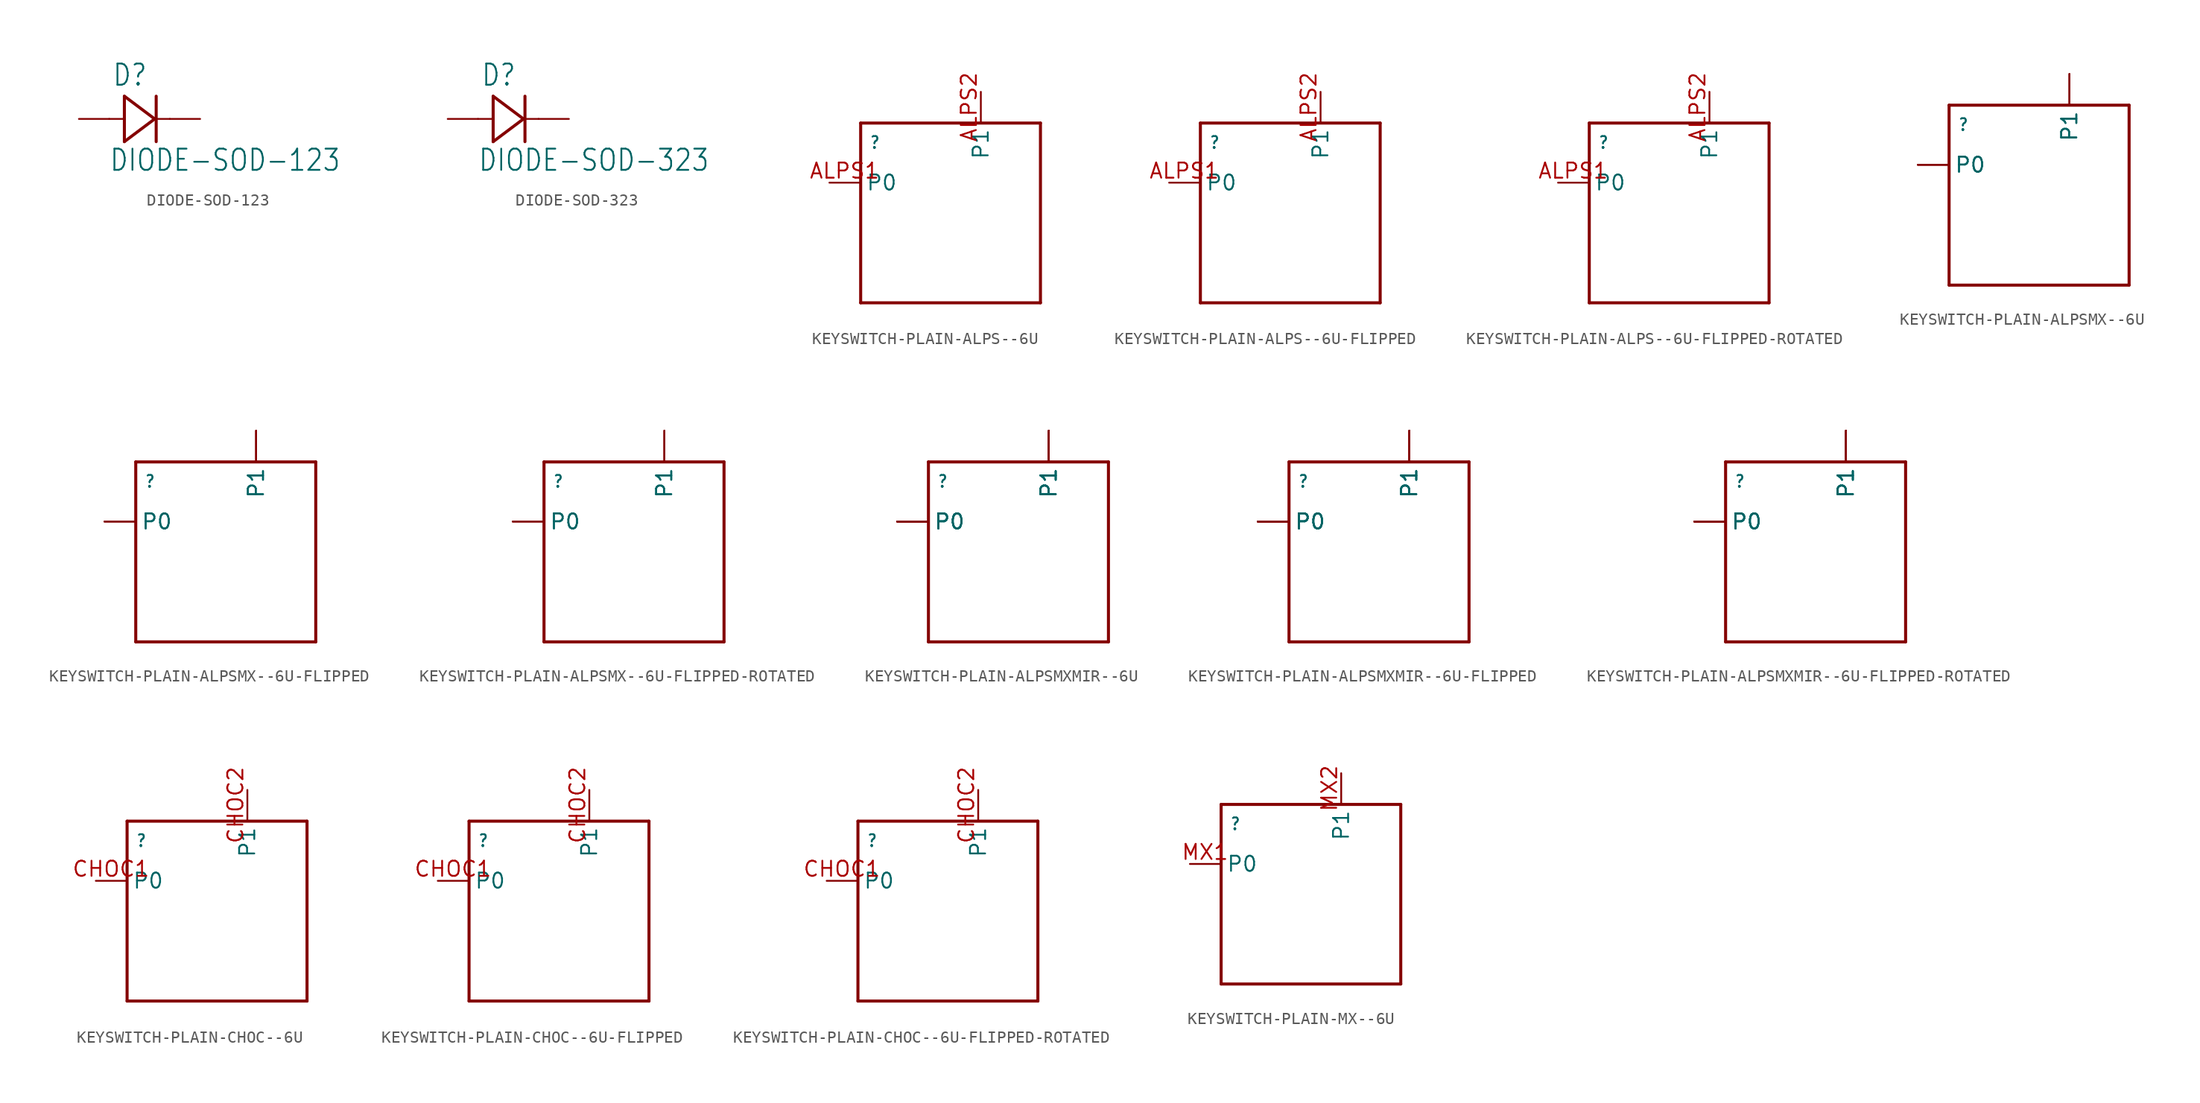
<source format=kicad_sym>
(kicad_symbol_lib
  (version 20211014)
  (generator kicad_symbol_editor)
  (symbol "DIODE-SOD-123"
    (property "Reference" "D"
      (at -2.311 2.642 0)
      (effects (font (size 1.778 1.511)) (justify left bottom)))
    (property "Value" "DIODE-SOD-123"
      (at -2.565 -4.496 0)
      (effects (font (size 1.778 1.511)) (justify left bottom)))
    (property "ki_locked" ""
      (at 0 0 0)
      (effects (font (size 1.27 1.27))))
    (symbol "DIODE-SOD-123_1_0"
      (polyline (pts (xy -2.54 0) (xy -1.27 0)) (stroke (width 0.152) (type default) (color 0 0 0 0)) (fill (type none)))
      (polyline (pts (xy -1.27 -1.905) (xy 1.27 0)) (stroke (width 0.254) (type default) (color 0 0 0 0)) (fill (type none)))
      (polyline (pts (xy -1.27 0) (xy -1.27 -1.905)) (stroke (width 0.254) (type default) (color 0 0 0 0)) (fill (type none)))
      (polyline (pts (xy -1.27 1.905) (xy -1.27 0)) (stroke (width 0.254) (type default) (color 0 0 0 0)) (fill (type none)))
      (polyline (pts (xy 1.27 0) (xy -1.27 1.905)) (stroke (width 0.254) (type default) (color 0 0 0 0)) (fill (type none)))
      (polyline (pts (xy 1.27 0) (xy 2.54 0)) (stroke (width 0.152) (type default) (color 0 0 0 0)) (fill (type none)))
      (polyline (pts (xy 1.397 1.905) (xy 1.397 -1.905)) (stroke (width 0.254) (type default) (color 0 0 0 0)) (fill (type none)))
      (pin passive line (at -5.08 0 0) (length 2.54) (name "A" (effects (font (size 0 0)))) (number "A" (effects (font (size 0 0)))))
      (pin passive line (at 5.08 0 180) (length 2.54) (name "C" (effects (font (size 0 0)))) (number "C" (effects (font (size 0 0)))))))
  (symbol "DIODE-SOD-323"
    (property "Reference" "D"
      (at -2.311 2.642 0)
      (effects (font (size 1.778 1.511)) (justify left bottom)))
    (property "Value" "DIODE-SOD-323"
      (at -2.565 -4.496 0)
      (effects (font (size 1.778 1.511)) (justify left bottom)))
    (property "ki_locked" ""
      (at 0 0 0)
      (effects (font (size 1.27 1.27))))
    (symbol "DIODE-SOD-323_1_0"
      (polyline (pts (xy -2.54 0) (xy -1.27 0)) (stroke (width 0.152) (type default) (color 0 0 0 0)) (fill (type none)))
      (polyline (pts (xy -1.27 -1.905) (xy 1.27 0)) (stroke (width 0.254) (type default) (color 0 0 0 0)) (fill (type none)))
      (polyline (pts (xy -1.27 0) (xy -1.27 -1.905)) (stroke (width 0.254) (type default) (color 0 0 0 0)) (fill (type none)))
      (polyline (pts (xy -1.27 1.905) (xy -1.27 0)) (stroke (width 0.254) (type default) (color 0 0 0 0)) (fill (type none)))
      (polyline (pts (xy 1.27 0) (xy -1.27 1.905)) (stroke (width 0.254) (type default) (color 0 0 0 0)) (fill (type none)))
      (polyline (pts (xy 1.27 0) (xy 2.54 0)) (stroke (width 0.152) (type default) (color 0 0 0 0)) (fill (type none)))
      (polyline (pts (xy 1.397 1.905) (xy 1.397 -1.905)) (stroke (width 0.254) (type default) (color 0 0 0 0)) (fill (type none)))
      (pin passive line (at -5.08 0 0) (length 2.54) (name "A" (effects (font (size 0 0)))) (number "A" (effects (font (size 0 0)))))
      (pin passive line (at 5.08 0 180) (length 2.54) (name "C" (effects (font (size 0 0)))) (number "C" (effects (font (size 0 0)))))))
  (symbol "KEYSWITCH-PLAIN-ALPS--6U"
    (property "Reference" ""
      (at -6.81 5.318 0)
      (effects (font (size 1 0.85)) (justify left bottom)))
    (property "ki_locked" ""
      (at 0 0 0)
      (effects (font (size 1.27 1.27))))
    (symbol "KEYSWITCH-PLAIN-ALPS--6U_1_0"
      (polyline (pts (xy -7.54 -7.54) (xy -7.54 7.54)) (stroke (width 0.254) (type default) (color 0 0 0 0)) (fill (type none)))
      (polyline (pts (xy -7.54 7.54) (xy 7.54 7.54)) (stroke (width 0.254) (type default) (color 0 0 0 0)) (fill (type none)))
      (polyline (pts (xy 7.54 -7.54) (xy -7.54 -7.54)) (stroke (width 0.254) (type default) (color 0 0 0 0)) (fill (type none)))
      (polyline (pts (xy 7.54 7.54) (xy 7.54 -7.54)) (stroke (width 0.254) (type default) (color 0 0 0 0)) (fill (type none)))
      (pin bidirectional line (at -10.16 2.54 0) (length 2.54) (name "P0" (effects (font (size 1.27 1.27)))) (number "ALPS1" (effects (font (size 1.27 1.27)))))
      (pin bidirectional line (at 2.54 10.16 270) (length 2.54) (name "P1" (effects (font (size 1.27 1.27)))) (number "ALPS2" (effects (font (size 1.27 1.27)))))))
  (symbol "KEYSWITCH-PLAIN-ALPS--6U-FLIPPED"
    (property "Reference" ""
      (at -6.81 5.318 0)
      (effects (font (size 1 0.85)) (justify left bottom)))
    (property "ki_locked" ""
      (at 0 0 0)
      (effects (font (size 1.27 1.27))))
    (symbol "KEYSWITCH-PLAIN-ALPS--6U-FLIPPED_1_0"
      (polyline (pts (xy -7.54 -7.54) (xy -7.54 7.54)) (stroke (width 0.254) (type default) (color 0 0 0 0)) (fill (type none)))
      (polyline (pts (xy -7.54 7.54) (xy 7.54 7.54)) (stroke (width 0.254) (type default) (color 0 0 0 0)) (fill (type none)))
      (polyline (pts (xy 7.54 -7.54) (xy -7.54 -7.54)) (stroke (width 0.254) (type default) (color 0 0 0 0)) (fill (type none)))
      (polyline (pts (xy 7.54 7.54) (xy 7.54 -7.54)) (stroke (width 0.254) (type default) (color 0 0 0 0)) (fill (type none)))
      (pin bidirectional line (at -10.16 2.54 0) (length 2.54) (name "P0" (effects (font (size 1.27 1.27)))) (number "ALPS1" (effects (font (size 1.27 1.27)))))
      (pin bidirectional line (at 2.54 10.16 270) (length 2.54) (name "P1" (effects (font (size 1.27 1.27)))) (number "ALPS2" (effects (font (size 1.27 1.27)))))))
  (symbol "KEYSWITCH-PLAIN-ALPS--6U-FLIPPED-ROTATED"
    (property "Reference" ""
      (at -6.81 5.318 0)
      (effects (font (size 1 0.85)) (justify left bottom)))
    (property "ki_locked" ""
      (at 0 0 0)
      (effects (font (size 1.27 1.27))))
    (symbol "KEYSWITCH-PLAIN-ALPS--6U-FLIPPED-ROTATED_1_0"
      (polyline (pts (xy -7.54 -7.54) (xy -7.54 7.54)) (stroke (width 0.254) (type default) (color 0 0 0 0)) (fill (type none)))
      (polyline (pts (xy -7.54 7.54) (xy 7.54 7.54)) (stroke (width 0.254) (type default) (color 0 0 0 0)) (fill (type none)))
      (polyline (pts (xy 7.54 -7.54) (xy -7.54 -7.54)) (stroke (width 0.254) (type default) (color 0 0 0 0)) (fill (type none)))
      (polyline (pts (xy 7.54 7.54) (xy 7.54 -7.54)) (stroke (width 0.254) (type default) (color 0 0 0 0)) (fill (type none)))
      (pin bidirectional line (at -10.16 2.54 0) (length 2.54) (name "P0" (effects (font (size 1.27 1.27)))) (number "ALPS1" (effects (font (size 1.27 1.27)))))
      (pin bidirectional line (at 2.54 10.16 270) (length 2.54) (name "P1" (effects (font (size 1.27 1.27)))) (number "ALPS2" (effects (font (size 1.27 1.27)))))))
  (symbol "KEYSWITCH-PLAIN-ALPSMX--6U"
    (property "Reference" ""
      (at -6.81 5.318 0)
      (effects (font (size 1 0.85)) (justify left bottom)))
    (property "ki_locked" ""
      (at 0 0 0)
      (effects (font (size 1.27 1.27))))
    (symbol "KEYSWITCH-PLAIN-ALPSMX--6U_1_0"
      (polyline (pts (xy -7.54 -7.54) (xy -7.54 7.54)) (stroke (width 0.254) (type default) (color 0 0 0 0)) (fill (type none)))
      (polyline (pts (xy -7.54 7.54) (xy 7.54 7.54)) (stroke (width 0.254) (type default) (color 0 0 0 0)) (fill (type none)))
      (polyline (pts (xy 7.54 -7.54) (xy -7.54 -7.54)) (stroke (width 0.254) (type default) (color 0 0 0 0)) (fill (type none)))
      (polyline (pts (xy 7.54 7.54) (xy 7.54 -7.54)) (stroke (width 0.254) (type default) (color 0 0 0 0)) (fill (type none)))
      (pin bidirectional line (at -10.16 2.54 0) (length 2.54) (name "P0" (effects (font (size 1.27 1.27)))) (number "ALPS1" (effects (font (size 0 0)))))
      (pin bidirectional line (at 2.54 10.16 270) (length 2.54) (name "P1" (effects (font (size 1.27 1.27)))) (number "ALPS2" (effects (font (size 0 0)))))
      (pin bidirectional line (at -10.16 2.54 0) (length 2.54) (name "P0" (effects (font (size 1.27 1.27)))) (number "MX1" (effects (font (size 0 0)))))
      (pin bidirectional line (at 2.54 10.16 270) (length 2.54) (name "P1" (effects (font (size 1.27 1.27)))) (number "MX2" (effects (font (size 0 0)))))))
  (symbol "KEYSWITCH-PLAIN-ALPSMX--6U-FLIPPED"
    (property "Reference" ""
      (at -6.81 5.318 0)
      (effects (font (size 1 0.85)) (justify left bottom)))
    (property "ki_locked" ""
      (at 0 0 0)
      (effects (font (size 1.27 1.27))))
    (symbol "KEYSWITCH-PLAIN-ALPSMX--6U-FLIPPED_1_0"
      (polyline (pts (xy -7.54 -7.54) (xy -7.54 7.54)) (stroke (width 0.254) (type default) (color 0 0 0 0)) (fill (type none)))
      (polyline (pts (xy -7.54 7.54) (xy 7.54 7.54)) (stroke (width 0.254) (type default) (color 0 0 0 0)) (fill (type none)))
      (polyline (pts (xy 7.54 -7.54) (xy -7.54 -7.54)) (stroke (width 0.254) (type default) (color 0 0 0 0)) (fill (type none)))
      (polyline (pts (xy 7.54 7.54) (xy 7.54 -7.54)) (stroke (width 0.254) (type default) (color 0 0 0 0)) (fill (type none)))
      (pin bidirectional line (at -10.16 2.54 0) (length 2.54) (name "P0" (effects (font (size 1.27 1.27)))) (number "ALPS1" (effects (font (size 0 0)))))
      (pin bidirectional line (at 2.54 10.16 270) (length 2.54) (name "P1" (effects (font (size 1.27 1.27)))) (number "ALPS2" (effects (font (size 0 0)))))
      (pin bidirectional line (at -10.16 2.54 0) (length 2.54) (name "P0" (effects (font (size 1.27 1.27)))) (number "MX1" (effects (font (size 0 0)))))
      (pin bidirectional line (at 2.54 10.16 270) (length 2.54) (name "P1" (effects (font (size 1.27 1.27)))) (number "MX2" (effects (font (size 0 0)))))))
  (symbol "KEYSWITCH-PLAIN-ALPSMX--6U-FLIPPED-ROTATED"
    (property "Reference" ""
      (at -6.81 5.318 0)
      (effects (font (size 1 0.85)) (justify left bottom)))
    (property "ki_locked" ""
      (at 0 0 0)
      (effects (font (size 1.27 1.27))))
    (symbol "KEYSWITCH-PLAIN-ALPSMX--6U-FLIPPED-ROTATED_1_0"
      (polyline (pts (xy -7.54 -7.54) (xy -7.54 7.54)) (stroke (width 0.254) (type default) (color 0 0 0 0)) (fill (type none)))
      (polyline (pts (xy -7.54 7.54) (xy 7.54 7.54)) (stroke (width 0.254) (type default) (color 0 0 0 0)) (fill (type none)))
      (polyline (pts (xy 7.54 -7.54) (xy -7.54 -7.54)) (stroke (width 0.254) (type default) (color 0 0 0 0)) (fill (type none)))
      (polyline (pts (xy 7.54 7.54) (xy 7.54 -7.54)) (stroke (width 0.254) (type default) (color 0 0 0 0)) (fill (type none)))
      (pin bidirectional line (at -10.16 2.54 0) (length 2.54) (name "P0" (effects (font (size 1.27 1.27)))) (number "ALPS1" (effects (font (size 0 0)))))
      (pin bidirectional line (at 2.54 10.16 270) (length 2.54) (name "P1" (effects (font (size 1.27 1.27)))) (number "ALPS2" (effects (font (size 0 0)))))
      (pin bidirectional line (at -10.16 2.54 0) (length 2.54) (name "P0" (effects (font (size 1.27 1.27)))) (number "MX1" (effects (font (size 0 0)))))
      (pin bidirectional line (at 2.54 10.16 270) (length 2.54) (name "P1" (effects (font (size 1.27 1.27)))) (number "MX2" (effects (font (size 0 0)))))))
  (symbol "KEYSWITCH-PLAIN-ALPSMXMIR--6U"
    (property "Reference" ""
      (at -6.81 5.318 0)
      (effects (font (size 1 0.85)) (justify left bottom)))
    (property "ki_locked" ""
      (at 0 0 0)
      (effects (font (size 1.27 1.27))))
    (symbol "KEYSWITCH-PLAIN-ALPSMXMIR--6U_1_0"
      (polyline (pts (xy -7.54 -7.54) (xy -7.54 7.54)) (stroke (width 0.254) (type default) (color 0 0 0 0)) (fill (type none)))
      (polyline (pts (xy -7.54 7.54) (xy 7.54 7.54)) (stroke (width 0.254) (type default) (color 0 0 0 0)) (fill (type none)))
      (polyline (pts (xy 7.54 -7.54) (xy -7.54 -7.54)) (stroke (width 0.254) (type default) (color 0 0 0 0)) (fill (type none)))
      (polyline (pts (xy 7.54 7.54) (xy 7.54 -7.54)) (stroke (width 0.254) (type default) (color 0 0 0 0)) (fill (type none)))
      (pin bidirectional line (at -10.16 2.54 0) (length 2.54) (name "P0" (effects (font (size 1.27 1.27)))) (number "ALPS1" (effects (font (size 0 0)))))
      (pin bidirectional line (at 2.54 10.16 270) (length 2.54) (name "P1" (effects (font (size 1.27 1.27)))) (number "ALPS2" (effects (font (size 0 0)))))
      (pin bidirectional line (at -10.16 2.54 0) (length 2.54) (name "P0" (effects (font (size 1.27 1.27)))) (number "ALPS3" (effects (font (size 0 0)))))
      (pin bidirectional line (at 2.54 10.16 270) (length 2.54) (name "P1" (effects (font (size 1.27 1.27)))) (number "ALPS4" (effects (font (size 0 0)))))
      (pin bidirectional line (at -10.16 2.54 0) (length 2.54) (name "P0" (effects (font (size 1.27 1.27)))) (number "MX1" (effects (font (size 0 0)))))
      (pin bidirectional line (at 2.54 10.16 270) (length 2.54) (name "P1" (effects (font (size 1.27 1.27)))) (number "MX2" (effects (font (size 0 0)))))
      (pin bidirectional line (at -10.16 2.54 0) (length 2.54) (name "P0" (effects (font (size 1.27 1.27)))) (number "MX3" (effects (font (size 0 0)))))
      (pin bidirectional line (at 2.54 10.16 270) (length 2.54) (name "P1" (effects (font (size 1.27 1.27)))) (number "MX4" (effects (font (size 0 0)))))))
  (symbol "KEYSWITCH-PLAIN-ALPSMXMIR--6U-FLIPPED"
    (property "Reference" ""
      (at -6.81 5.318 0)
      (effects (font (size 1 0.85)) (justify left bottom)))
    (property "ki_locked" ""
      (at 0 0 0)
      (effects (font (size 1.27 1.27))))
    (symbol "KEYSWITCH-PLAIN-ALPSMXMIR--6U-FLIPPED_1_0"
      (polyline (pts (xy -7.54 -7.54) (xy -7.54 7.54)) (stroke (width 0.254) (type default) (color 0 0 0 0)) (fill (type none)))
      (polyline (pts (xy -7.54 7.54) (xy 7.54 7.54)) (stroke (width 0.254) (type default) (color 0 0 0 0)) (fill (type none)))
      (polyline (pts (xy 7.54 -7.54) (xy -7.54 -7.54)) (stroke (width 0.254) (type default) (color 0 0 0 0)) (fill (type none)))
      (polyline (pts (xy 7.54 7.54) (xy 7.54 -7.54)) (stroke (width 0.254) (type default) (color 0 0 0 0)) (fill (type none)))
      (pin bidirectional line (at -10.16 2.54 0) (length 2.54) (name "P0" (effects (font (size 1.27 1.27)))) (number "ALPS1" (effects (font (size 0 0)))))
      (pin bidirectional line (at 2.54 10.16 270) (length 2.54) (name "P1" (effects (font (size 1.27 1.27)))) (number "ALPS2" (effects (font (size 0 0)))))
      (pin bidirectional line (at -10.16 2.54 0) (length 2.54) (name "P0" (effects (font (size 1.27 1.27)))) (number "ALPS3" (effects (font (size 0 0)))))
      (pin bidirectional line (at 2.54 10.16 270) (length 2.54) (name "P1" (effects (font (size 1.27 1.27)))) (number "ALPS4" (effects (font (size 0 0)))))
      (pin bidirectional line (at -10.16 2.54 0) (length 2.54) (name "P0" (effects (font (size 1.27 1.27)))) (number "MX1" (effects (font (size 0 0)))))
      (pin bidirectional line (at 2.54 10.16 270) (length 2.54) (name "P1" (effects (font (size 1.27 1.27)))) (number "MX2" (effects (font (size 0 0)))))
      (pin bidirectional line (at -10.16 2.54 0) (length 2.54) (name "P0" (effects (font (size 1.27 1.27)))) (number "MX3" (effects (font (size 0 0)))))
      (pin bidirectional line (at 2.54 10.16 270) (length 2.54) (name "P1" (effects (font (size 1.27 1.27)))) (number "MX4" (effects (font (size 0 0)))))))
  (symbol "KEYSWITCH-PLAIN-ALPSMXMIR--6U-FLIPPED-ROTATED"
    (property "Reference" ""
      (at -6.81 5.318 0)
      (effects (font (size 1 0.85)) (justify left bottom)))
    (property "ki_locked" ""
      (at 0 0 0)
      (effects (font (size 1.27 1.27))))
    (symbol "KEYSWITCH-PLAIN-ALPSMXMIR--6U-FLIPPED-ROTATED_1_0"
      (polyline (pts (xy -7.54 -7.54) (xy -7.54 7.54)) (stroke (width 0.254) (type default) (color 0 0 0 0)) (fill (type none)))
      (polyline (pts (xy -7.54 7.54) (xy 7.54 7.54)) (stroke (width 0.254) (type default) (color 0 0 0 0)) (fill (type none)))
      (polyline (pts (xy 7.54 -7.54) (xy -7.54 -7.54)) (stroke (width 0.254) (type default) (color 0 0 0 0)) (fill (type none)))
      (polyline (pts (xy 7.54 7.54) (xy 7.54 -7.54)) (stroke (width 0.254) (type default) (color 0 0 0 0)) (fill (type none)))
      (pin bidirectional line (at -10.16 2.54 0) (length 2.54) (name "P0" (effects (font (size 1.27 1.27)))) (number "ALPS1" (effects (font (size 0 0)))))
      (pin bidirectional line (at 2.54 10.16 270) (length 2.54) (name "P1" (effects (font (size 1.27 1.27)))) (number "ALPS2" (effects (font (size 0 0)))))
      (pin bidirectional line (at -10.16 2.54 0) (length 2.54) (name "P0" (effects (font (size 1.27 1.27)))) (number "ALPS3" (effects (font (size 0 0)))))
      (pin bidirectional line (at 2.54 10.16 270) (length 2.54) (name "P1" (effects (font (size 1.27 1.27)))) (number "ALPS4" (effects (font (size 0 0)))))
      (pin bidirectional line (at -10.16 2.54 0) (length 2.54) (name "P0" (effects (font (size 1.27 1.27)))) (number "MX1" (effects (font (size 0 0)))))
      (pin bidirectional line (at 2.54 10.16 270) (length 2.54) (name "P1" (effects (font (size 1.27 1.27)))) (number "MX2" (effects (font (size 0 0)))))
      (pin bidirectional line (at -10.16 2.54 0) (length 2.54) (name "P0" (effects (font (size 1.27 1.27)))) (number "MX3" (effects (font (size 0 0)))))
      (pin bidirectional line (at 2.54 10.16 270) (length 2.54) (name "P1" (effects (font (size 1.27 1.27)))) (number "MX4" (effects (font (size 0 0)))))))
  (symbol "KEYSWITCH-PLAIN-CHOC--6U"
    (property "Reference" ""
      (at -6.81 5.318 0)
      (effects (font (size 1 0.85)) (justify left bottom)))
    (property "ki_locked" ""
      (at 0 0 0)
      (effects (font (size 1.27 1.27))))
    (symbol "KEYSWITCH-PLAIN-CHOC--6U_1_0"
      (polyline (pts (xy -7.54 -7.54) (xy -7.54 7.54)) (stroke (width 0.254) (type default) (color 0 0 0 0)) (fill (type none)))
      (polyline (pts (xy -7.54 7.54) (xy 7.54 7.54)) (stroke (width 0.254) (type default) (color 0 0 0 0)) (fill (type none)))
      (polyline (pts (xy 7.54 -7.54) (xy -7.54 -7.54)) (stroke (width 0.254) (type default) (color 0 0 0 0)) (fill (type none)))
      (polyline (pts (xy 7.54 7.54) (xy 7.54 -7.54)) (stroke (width 0.254) (type default) (color 0 0 0 0)) (fill (type none)))
      (pin bidirectional line (at -10.16 2.54 0) (length 2.54) (name "P0" (effects (font (size 1.27 1.27)))) (number "CHOC1" (effects (font (size 1.27 1.27)))))
      (pin bidirectional line (at 2.54 10.16 270) (length 2.54) (name "P1" (effects (font (size 1.27 1.27)))) (number "CHOC2" (effects (font (size 1.27 1.27)))))))
  (symbol "KEYSWITCH-PLAIN-CHOC--6U-FLIPPED"
    (property "Reference" ""
      (at -6.81 5.318 0)
      (effects (font (size 1 0.85)) (justify left bottom)))
    (property "ki_locked" ""
      (at 0 0 0)
      (effects (font (size 1.27 1.27))))
    (symbol "KEYSWITCH-PLAIN-CHOC--6U-FLIPPED_1_0"
      (polyline (pts (xy -7.54 -7.54) (xy -7.54 7.54)) (stroke (width 0.254) (type default) (color 0 0 0 0)) (fill (type none)))
      (polyline (pts (xy -7.54 7.54) (xy 7.54 7.54)) (stroke (width 0.254) (type default) (color 0 0 0 0)) (fill (type none)))
      (polyline (pts (xy 7.54 -7.54) (xy -7.54 -7.54)) (stroke (width 0.254) (type default) (color 0 0 0 0)) (fill (type none)))
      (polyline (pts (xy 7.54 7.54) (xy 7.54 -7.54)) (stroke (width 0.254) (type default) (color 0 0 0 0)) (fill (type none)))
      (pin bidirectional line (at -10.16 2.54 0) (length 2.54) (name "P0" (effects (font (size 1.27 1.27)))) (number "CHOC1" (effects (font (size 1.27 1.27)))))
      (pin bidirectional line (at 2.54 10.16 270) (length 2.54) (name "P1" (effects (font (size 1.27 1.27)))) (number "CHOC2" (effects (font (size 1.27 1.27)))))))
  (symbol "KEYSWITCH-PLAIN-CHOC--6U-FLIPPED-ROTATED"
    (property "Reference" ""
      (at -6.81 5.318 0)
      (effects (font (size 1 0.85)) (justify left bottom)))
    (property "ki_locked" ""
      (at 0 0 0)
      (effects (font (size 1.27 1.27))))
    (symbol "KEYSWITCH-PLAIN-CHOC--6U-FLIPPED-ROTATED_1_0"
      (polyline (pts (xy -7.54 -7.54) (xy -7.54 7.54)) (stroke (width 0.254) (type default) (color 0 0 0 0)) (fill (type none)))
      (polyline (pts (xy -7.54 7.54) (xy 7.54 7.54)) (stroke (width 0.254) (type default) (color 0 0 0 0)) (fill (type none)))
      (polyline (pts (xy 7.54 -7.54) (xy -7.54 -7.54)) (stroke (width 0.254) (type default) (color 0 0 0 0)) (fill (type none)))
      (polyline (pts (xy 7.54 7.54) (xy 7.54 -7.54)) (stroke (width 0.254) (type default) (color 0 0 0 0)) (fill (type none)))
      (pin bidirectional line (at -10.16 2.54 0) (length 2.54) (name "P0" (effects (font (size 1.27 1.27)))) (number "CHOC1" (effects (font (size 1.27 1.27)))))
      (pin bidirectional line (at 2.54 10.16 270) (length 2.54) (name "P1" (effects (font (size 1.27 1.27)))) (number "CHOC2" (effects (font (size 1.27 1.27)))))))
  (symbol "KEYSWITCH-PLAIN-MX--6U"
    (property "Reference" ""
      (at -6.81 5.318 0)
      (effects (font (size 1 0.85)) (justify left bottom)))
    (property "ki_locked" ""
      (at 0 0 0)
      (effects (font (size 1.27 1.27))))
    (symbol "KEYSWITCH-PLAIN-MX--6U_1_0"
      (polyline (pts (xy -7.54 -7.54) (xy -7.54 7.54)) (stroke (width 0.254) (type default) (color 0 0 0 0)) (fill (type none)))
      (polyline (pts (xy -7.54 7.54) (xy 7.54 7.54)) (stroke (width 0.254) (type default) (color 0 0 0 0)) (fill (type none)))
      (polyline (pts (xy 7.54 -7.54) (xy -7.54 -7.54)) (stroke (width 0.254) (type default) (color 0 0 0 0)) (fill (type none)))
      (polyline (pts (xy 7.54 7.54) (xy 7.54 -7.54)) (stroke (width 0.254) (type default) (color 0 0 0 0)) (fill (type none)))
      (pin bidirectional line (at -10.16 2.54 0) (length 2.54) (name "P0" (effects (font (size 1.27 1.27)))) (number "MX1" (effects (font (size 1.27 1.27)))))
      (pin bidirectional line (at 2.54 10.16 270) (length 2.54) (name "P1" (effects (font (size 1.27 1.27)))) (number "MX2" (effects (font (size 1.27 1.27))))))))
</source>
